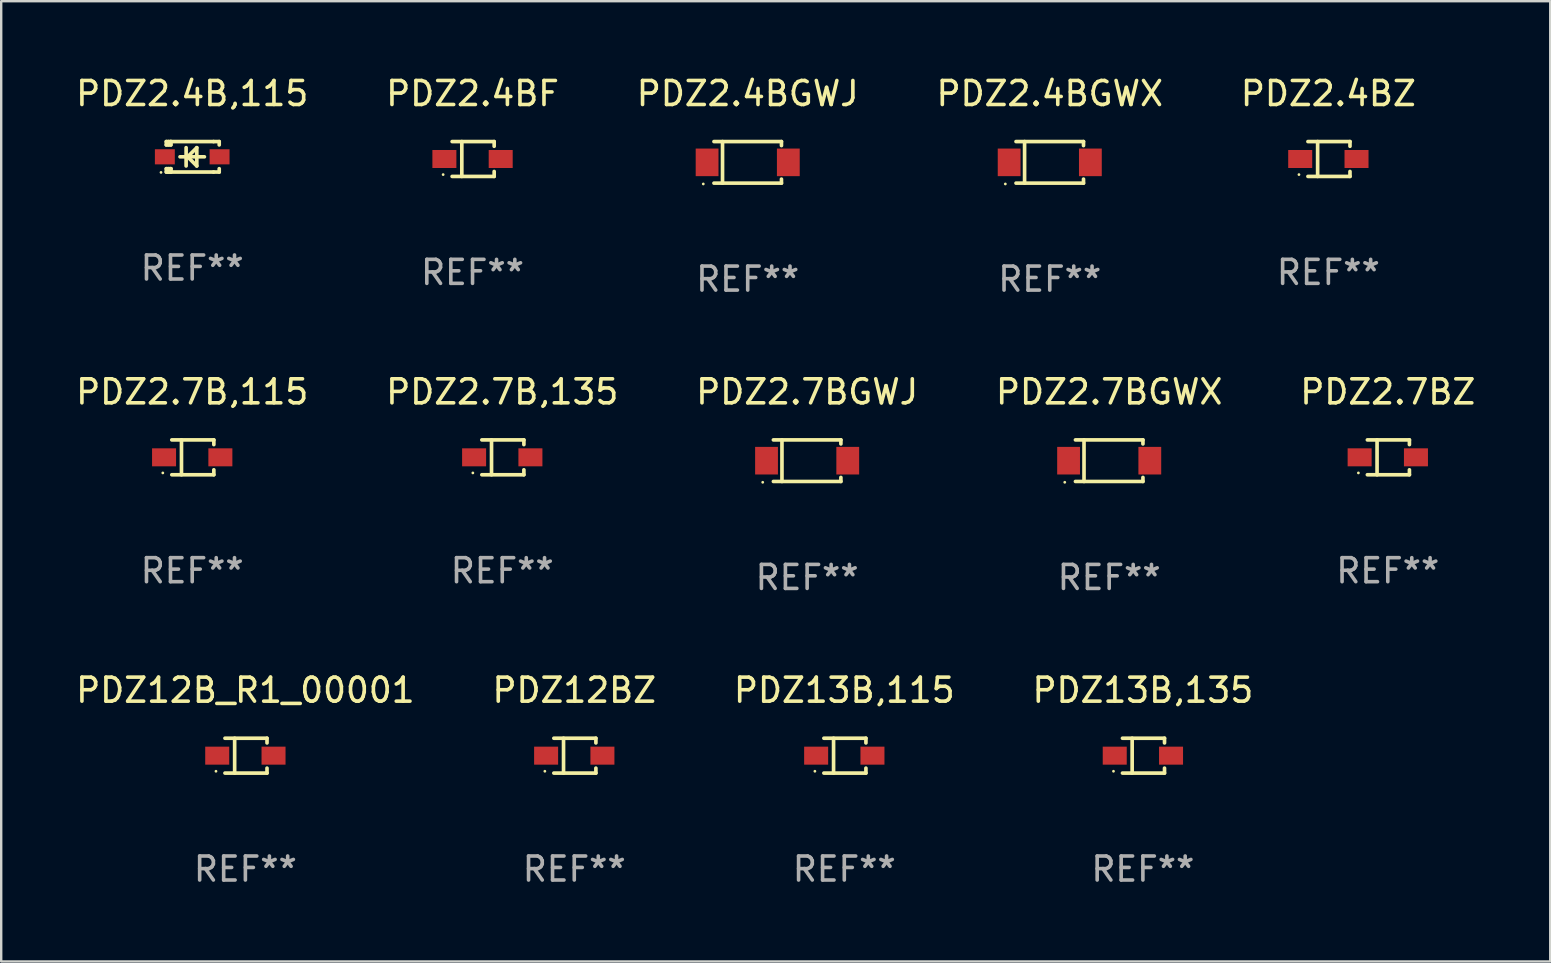
<source format=kicad_pcb>
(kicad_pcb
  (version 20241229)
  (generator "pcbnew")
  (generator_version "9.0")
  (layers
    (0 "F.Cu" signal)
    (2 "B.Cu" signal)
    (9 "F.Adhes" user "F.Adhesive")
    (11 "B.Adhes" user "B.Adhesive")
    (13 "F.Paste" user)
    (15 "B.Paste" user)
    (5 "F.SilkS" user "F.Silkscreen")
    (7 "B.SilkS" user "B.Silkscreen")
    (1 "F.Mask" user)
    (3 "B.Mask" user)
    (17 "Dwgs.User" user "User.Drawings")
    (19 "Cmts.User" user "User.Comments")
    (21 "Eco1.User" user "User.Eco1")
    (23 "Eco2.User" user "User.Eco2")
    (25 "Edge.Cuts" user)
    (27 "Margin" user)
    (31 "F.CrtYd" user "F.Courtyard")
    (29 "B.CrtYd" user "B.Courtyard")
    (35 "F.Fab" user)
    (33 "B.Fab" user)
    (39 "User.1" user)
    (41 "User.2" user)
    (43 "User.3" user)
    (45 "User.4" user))
  (footprint "PDZ2.4BF"
    (layer "F.Cu")
    (at 16.637 3.574)
    (property "Reference" "PDZ2.4BF" (at 0 -2.726 0) (layer "F.SilkS") (effects (font (size 1 1) (thickness 0.15))))
    (attr through_hole)
    (fp_line (start -0.851 -0.726) (end 0.901 -0.726) (stroke (width 0.152) (type solid)) (layer "F.SilkS"))
    (fp_line (start -0.851 0.726) (end 0.901 0.726) (stroke (width 0.152) (type solid)) (layer "F.SilkS"))
    (fp_line (start -0.447 -0.726) (end -0.447 0.726) (stroke (width 0.152) (type solid)) (layer "F.SilkS"))
    (fp_line (start 0.901 -0.726) (end 0.901 -0.53) (stroke (width 0.152) (type solid)) (layer "F.SilkS"))
    (fp_line (start 0.901 0.726) (end 0.901 0.52) (stroke (width 0.152) (type solid)) (layer "F.SilkS"))
    (fp_circle (center -1.225 0.65) (end -1.195 0.65) (stroke (width 0.06) (type solid)) (fill no) (layer "F.SilkS"))
    (fp_text user "REF**" (at 0 4.726 0) (layer "F.Fab") (effects (font (size 1 1) (thickness 0.15))))
    (pad "1" smd rect (at -1.173 0) (size 1 0.75) (layers "F.Cu" "F.Mask" "F.Paste"))
    (pad "2" smd rect (at 1.173 0) (size 1 0.75) (layers "F.Cu" "F.Mask" "F.Paste")))
  (footprint "PDZ2.7B,135"
    (layer "F.Cu")
    (at 17.875 16.003)
    (property "Reference" "PDZ2.7B,135" (at 0 -2.726 0) (layer "F.SilkS") (effects (font (size 1 1) (thickness 0.15))))
    (attr through_hole)
    (fp_line (start -0.851 -0.726) (end 0.901 -0.726) (stroke (width 0.152) (type solid)) (layer "F.SilkS"))
    (fp_line (start -0.851 0.726) (end 0.901 0.726) (stroke (width 0.152) (type solid)) (layer "F.SilkS"))
    (fp_line (start -0.447 -0.726) (end -0.447 0.726) (stroke (width 0.152) (type solid)) (layer "F.SilkS"))
    (fp_line (start 0.901 -0.726) (end 0.901 -0.53) (stroke (width 0.152) (type solid)) (layer "F.SilkS"))
    (fp_line (start 0.901 0.726) (end 0.901 0.52) (stroke (width 0.152) (type solid)) (layer "F.SilkS"))
    (fp_circle (center -1.225 0.65) (end -1.195 0.65) (stroke (width 0.06) (type solid)) (fill no) (layer "F.SilkS"))
    (fp_text user "REF**" (at 0 4.726 0) (layer "F.Fab") (effects (font (size 1 1) (thickness 0.15))))
    (pad "1" smd rect (at -1.173 0) (size 1 0.75) (layers "F.Cu" "F.Mask" "F.Paste"))
    (pad "2" smd rect (at 1.173 0) (size 1 0.75) (layers "F.Cu" "F.Mask" "F.Paste")))
  (footprint "PDZ2.4BGWJ"
    (layer "F.Cu")
    (at 28.101 3.714)
    (property "Reference" "PDZ2.4BGWJ" (at 0 -2.866 0) (layer "F.SilkS") (effects (font (size 1 1) (thickness 0.15))))
    (attr through_hole)
    (fp_line (start -1.406 -0.866) (end 1.406 -0.866) (stroke (width 0.152) (type solid)) (layer "F.SilkS"))
    (fp_line (start -1.406 0.866) (end 1.406 0.866) (stroke (width 0.152) (type solid)) (layer "F.SilkS"))
    (fp_line (start -1.049 -0.866) (end -1.049 0.866) (stroke (width 0.152) (type solid)) (layer "F.SilkS"))
    (fp_line (start 1.406 -0.866) (end 1.406 -0.698) (stroke (width 0.152) (type solid)) (layer "F.SilkS"))
    (fp_line (start 1.406 0.866) (end 1.406 0.698) (stroke (width 0.152) (type solid)) (layer "F.SilkS"))
    (fp_circle (center -1.851 0.9) (end -1.821 0.9) (stroke (width 0.06) (type solid)) (fill no) (layer "F.SilkS"))
    (fp_text user "REF**" (at 0 4.866 0) (layer "F.Fab") (effects (font (size 1 1) (thickness 0.15))))
    (pad "1" smd rect (at -1.692 0) (size 0.95 1.15) (layers "F.Cu" "F.Mask" "F.Paste"))
    (pad "2" smd rect (at 1.692 0) (size 0.95 1.15) (layers "F.Cu" "F.Mask" "F.Paste")))
  (footprint "PDZ2.7BGWX"
    (layer "F.Cu")
    (at 43.161 16.143)
    (property "Reference" "PDZ2.7BGWX" (at 0 -2.866 0) (layer "F.SilkS") (effects (font (size 1 1) (thickness 0.15))))
    (attr through_hole)
    (fp_line (start -1.406 -0.866) (end 1.406 -0.866) (stroke (width 0.152) (type solid)) (layer "F.SilkS"))
    (fp_line (start -1.406 0.866) (end 1.406 0.866) (stroke (width 0.152) (type solid)) (layer "F.SilkS"))
    (fp_line (start -1.049 -0.866) (end -1.049 0.866) (stroke (width 0.152) (type solid)) (layer "F.SilkS"))
    (fp_line (start 1.406 -0.866) (end 1.406 -0.698) (stroke (width 0.152) (type solid)) (layer "F.SilkS"))
    (fp_line (start 1.406 0.866) (end 1.406 0.698) (stroke (width 0.152) (type solid)) (layer "F.SilkS"))
    (fp_circle (center -1.851 0.9) (end -1.821 0.9) (stroke (width 0.06) (type solid)) (fill no) (layer "F.SilkS"))
    (fp_text user "REF**" (at 0 4.866 0) (layer "F.Fab") (effects (font (size 1 1) (thickness 0.15))))
    (pad "1" smd rect (at -1.692 0) (size 0.95 1.15) (layers "F.Cu" "F.Mask" "F.Paste"))
    (pad "2" smd rect (at 1.692 0) (size 0.95 1.15) (layers "F.Cu" "F.Mask" "F.Paste")))
  (footprint "PDZ2.7B,115"
    (layer "F.Cu")
    (at 4.958 16.003)
    (property "Reference" "PDZ2.7B,115" (at 0 -2.726 0) (layer "F.SilkS") (effects (font (size 1 1) (thickness 0.15))))
    (attr through_hole)
    (fp_line (start -0.851 -0.726) (end 0.901 -0.726) (stroke (width 0.152) (type solid)) (layer "F.SilkS"))
    (fp_line (start -0.851 0.726) (end 0.901 0.726) (stroke (width 0.152) (type solid)) (layer "F.SilkS"))
    (fp_line (start -0.447 -0.726) (end -0.447 0.726) (stroke (width 0.152) (type solid)) (layer "F.SilkS"))
    (fp_line (start 0.901 -0.726) (end 0.901 -0.53) (stroke (width 0.152) (type solid)) (layer "F.SilkS"))
    (fp_line (start 0.901 0.726) (end 0.901 0.52) (stroke (width 0.152) (type solid)) (layer "F.SilkS"))
    (fp_circle (center -1.225 0.65) (end -1.195 0.65) (stroke (width 0.06) (type solid)) (fill no) (layer "F.SilkS"))
    (fp_text user "REF**" (at 0 4.726 0) (layer "F.Fab") (effects (font (size 1 1) (thickness 0.15))))
    (pad "1" smd rect (at -1.173 0) (size 1 0.75) (layers "F.Cu" "F.Mask" "F.Paste"))
    (pad "2" smd rect (at 1.173 0) (size 1 0.75) (layers "F.Cu" "F.Mask" "F.Paste")))
  (footprint "PDZ13B,135"
    (layer "F.Cu")
    (at 44.565 28.432)
    (property "Reference" "PDZ13B,135" (at 0 -2.726 0) (layer "F.SilkS") (effects (font (size 1 1) (thickness 0.15))))
    (attr through_hole)
    (fp_line (start -0.851 -0.726) (end 0.901 -0.726) (stroke (width 0.152) (type solid)) (layer "F.SilkS"))
    (fp_line (start -0.851 0.726) (end 0.901 0.726) (stroke (width 0.152) (type solid)) (layer "F.SilkS"))
    (fp_line (start -0.447 -0.726) (end -0.447 0.726) (stroke (width 0.152) (type solid)) (layer "F.SilkS"))
    (fp_line (start 0.901 -0.726) (end 0.901 -0.53) (stroke (width 0.152) (type solid)) (layer "F.SilkS"))
    (fp_line (start 0.901 0.726) (end 0.901 0.52) (stroke (width 0.152) (type solid)) (layer "F.SilkS"))
    (fp_circle (center -1.225 0.65) (end -1.195 0.65) (stroke (width 0.06) (type solid)) (fill no) (layer "F.SilkS"))
    (fp_text user "REF**" (at 0 4.726 0) (layer "F.Fab") (effects (font (size 1 1) (thickness 0.15))))
    (pad "1" smd rect (at -1.173 0) (size 1 0.75) (layers "F.Cu" "F.Mask" "F.Paste"))
    (pad "2" smd rect (at 1.173 0) (size 1 0.75) (layers "F.Cu" "F.Mask" "F.Paste")))
  (footprint "PDZ12B_R1_00001"
    (layer "F.Cu")
    (at 7.173 28.432)
    (property "Reference" "PDZ12B_R1_00001" (at 0 -2.726 0) (layer "F.SilkS") (effects (font (size 1 1) (thickness 0.15))))
    (attr through_hole)
    (fp_line (start -0.851 -0.726) (end 0.901 -0.726) (stroke (width 0.152) (type solid)) (layer "F.SilkS"))
    (fp_line (start -0.851 0.726) (end 0.901 0.726) (stroke (width 0.152) (type solid)) (layer "F.SilkS"))
    (fp_line (start -0.447 -0.726) (end -0.447 0.726) (stroke (width 0.152) (type solid)) (layer "F.SilkS"))
    (fp_line (start 0.901 -0.726) (end 0.901 -0.53) (stroke (width 0.152) (type solid)) (layer "F.SilkS"))
    (fp_line (start 0.901 0.726) (end 0.901 0.52) (stroke (width 0.152) (type solid)) (layer "F.SilkS"))
    (fp_circle (center -1.225 0.65) (end -1.195 0.65) (stroke (width 0.06) (type solid)) (fill no) (layer "F.SilkS"))
    (fp_text user "REF**" (at 0 4.726 0) (layer "F.Fab") (effects (font (size 1 1) (thickness 0.15))))
    (pad "1" smd rect (at -1.173 0) (size 1 0.75) (layers "F.Cu" "F.Mask" "F.Paste"))
    (pad "2" smd rect (at 1.173 0) (size 1 0.75) (layers "F.Cu" "F.Mask" "F.Paste")))
  (footprint "PDZ12BZ"
    (layer "F.Cu")
    (at 20.875 28.432)
    (property "Reference" "PDZ12BZ" (at 0 -2.726 0) (layer "F.SilkS") (effects (font (size 1 1) (thickness 0.15))))
    (attr through_hole)
    (fp_line (start -0.851 -0.726) (end 0.901 -0.726) (stroke (width 0.152) (type solid)) (layer "F.SilkS"))
    (fp_line (start -0.851 0.726) (end 0.901 0.726) (stroke (width 0.152) (type solid)) (layer "F.SilkS"))
    (fp_line (start -0.447 -0.726) (end -0.447 0.726) (stroke (width 0.152) (type solid)) (layer "F.SilkS"))
    (fp_line (start 0.901 -0.726) (end 0.901 -0.53) (stroke (width 0.152) (type solid)) (layer "F.SilkS"))
    (fp_line (start 0.901 0.726) (end 0.901 0.52) (stroke (width 0.152) (type solid)) (layer "F.SilkS"))
    (fp_circle (center -1.225 0.65) (end -1.195 0.65) (stroke (width 0.06) (type solid)) (fill no) (layer "F.SilkS"))
    (fp_text user "REF**" (at 0 4.726 0) (layer "F.Fab") (effects (font (size 1 1) (thickness 0.15))))
    (pad "1" smd rect (at -1.173 0) (size 1 0.75) (layers "F.Cu" "F.Mask" "F.Paste"))
    (pad "2" smd rect (at 1.173 0) (size 1 0.75) (layers "F.Cu" "F.Mask" "F.Paste")))
  (footprint "PDZ13B,115"
    (layer "F.Cu")
    (at 32.125 28.432)
    (property "Reference" "PDZ13B,115" (at 0 -2.726 0) (layer "F.SilkS") (effects (font (size 1 1) (thickness 0.15))))
    (attr through_hole)
    (fp_line (start -0.851 -0.726) (end 0.901 -0.726) (stroke (width 0.152) (type solid)) (layer "F.SilkS"))
    (fp_line (start -0.851 0.726) (end 0.901 0.726) (stroke (width 0.152) (type solid)) (layer "F.SilkS"))
    (fp_line (start -0.447 -0.726) (end -0.447 0.726) (stroke (width 0.152) (type solid)) (layer "F.SilkS"))
    (fp_line (start 0.901 -0.726) (end 0.901 -0.53) (stroke (width 0.152) (type solid)) (layer "F.SilkS"))
    (fp_line (start 0.901 0.726) (end 0.901 0.52) (stroke (width 0.152) (type solid)) (layer "F.SilkS"))
    (fp_circle (center -1.225 0.65) (end -1.195 0.65) (stroke (width 0.06) (type solid)) (fill no) (layer "F.SilkS"))
    (fp_text user "REF**" (at 0 4.726 0) (layer "F.Fab") (effects (font (size 1 1) (thickness 0.15))))
    (pad "1" smd rect (at -1.173 0) (size 1 0.75) (layers "F.Cu" "F.Mask" "F.Paste"))
    (pad "2" smd rect (at 1.173 0) (size 1 0.75) (layers "F.Cu" "F.Mask" "F.Paste")))
  (footprint "PDZ2.7BGWJ"
    (layer "F.Cu")
    (at 30.577 16.143)
    (property "Reference" "PDZ2.7BGWJ" (at 0 -2.866 0) (layer "F.SilkS") (effects (font (size 1 1) (thickness 0.15))))
    (attr through_hole)
    (fp_line (start -1.406 -0.866) (end 1.406 -0.866) (stroke (width 0.152) (type solid)) (layer "F.SilkS"))
    (fp_line (start -1.406 0.866) (end 1.406 0.866) (stroke (width 0.152) (type solid)) (layer "F.SilkS"))
    (fp_line (start -1.049 -0.866) (end -1.049 0.866) (stroke (width 0.152) (type solid)) (layer "F.SilkS"))
    (fp_line (start 1.406 -0.866) (end 1.406 -0.698) (stroke (width 0.152) (type solid)) (layer "F.SilkS"))
    (fp_line (start 1.406 0.866) (end 1.406 0.698) (stroke (width 0.152) (type solid)) (layer "F.SilkS"))
    (fp_circle (center -1.851 0.9) (end -1.821 0.9) (stroke (width 0.06) (type solid)) (fill no) (layer "F.SilkS"))
    (fp_text user "REF**" (at 0 4.866 0) (layer "F.Fab") (effects (font (size 1 1) (thickness 0.15))))
    (pad "1" smd rect (at -1.692 0) (size 0.95 1.15) (layers "F.Cu" "F.Mask" "F.Paste"))
    (pad "2" smd rect (at 1.692 0) (size 0.95 1.15) (layers "F.Cu" "F.Mask" "F.Paste")))
  (footprint "PDZ2.4BZ"
    (layer "F.Cu")
    (at 52.292 3.574)
    (property "Reference" "PDZ2.4BZ" (at 0 -2.726 0) (layer "F.SilkS") (effects (font (size 1 1) (thickness 0.15))))
    (attr through_hole)
    (fp_line (start -0.851 -0.726) (end 0.901 -0.726) (stroke (width 0.152) (type solid)) (layer "F.SilkS"))
    (fp_line (start -0.851 0.726) (end 0.901 0.726) (stroke (width 0.152) (type solid)) (layer "F.SilkS"))
    (fp_line (start -0.447 -0.726) (end -0.447 0.726) (stroke (width 0.152) (type solid)) (layer "F.SilkS"))
    (fp_line (start 0.901 -0.726) (end 0.901 -0.53) (stroke (width 0.152) (type solid)) (layer "F.SilkS"))
    (fp_line (start 0.901 0.726) (end 0.901 0.52) (stroke (width 0.152) (type solid)) (layer "F.SilkS"))
    (fp_circle (center -1.225 0.65) (end -1.195 0.65) (stroke (width 0.06) (type solid)) (fill no) (layer "F.SilkS"))
    (fp_text user "REF**" (at 0 4.726 0) (layer "F.Fab") (effects (font (size 1 1) (thickness 0.15))))
    (pad "1" smd rect (at -1.173 0) (size 1 0.75) (layers "F.Cu" "F.Mask" "F.Paste"))
    (pad "2" smd rect (at 1.173 0) (size 1 0.75) (layers "F.Cu" "F.Mask" "F.Paste")))
  (footprint "PDZ2.4BGWX"
    (layer "F.Cu")
    (at 40.685 3.714)
    (property "Reference" "PDZ2.4BGWX" (at 0 -2.866 0) (layer "F.SilkS") (effects (font (size 1 1) (thickness 0.15))))
    (attr through_hole)
    (fp_line (start -1.406 -0.866) (end 1.406 -0.866) (stroke (width 0.152) (type solid)) (layer "F.SilkS"))
    (fp_line (start -1.406 0.866) (end 1.406 0.866) (stroke (width 0.152) (type solid)) (layer "F.SilkS"))
    (fp_line (start -1.049 -0.866) (end -1.049 0.866) (stroke (width 0.152) (type solid)) (layer "F.SilkS"))
    (fp_line (start 1.406 -0.866) (end 1.406 -0.698) (stroke (width 0.152) (type solid)) (layer "F.SilkS"))
    (fp_line (start 1.406 0.866) (end 1.406 0.698) (stroke (width 0.152) (type solid)) (layer "F.SilkS"))
    (fp_circle (center -1.851 0.9) (end -1.821 0.9) (stroke (width 0.06) (type solid)) (fill no) (layer "F.SilkS"))
    (fp_text user "REF**" (at 0 4.866 0) (layer "F.Fab") (effects (font (size 1 1) (thickness 0.15))))
    (pad "1" smd rect (at -1.692 0) (size 0.95 1.15) (layers "F.Cu" "F.Mask" "F.Paste"))
    (pad "2" smd rect (at 1.692 0) (size 0.95 1.15) (layers "F.Cu" "F.Mask" "F.Paste")))
  (footprint "PDZ2.4B,115"
    (layer "F.Cu")
    (at 4.958 3.483)
    (property "Reference" "PDZ2.4B,115" (at 0 -2.635 0) (layer "F.SilkS") (effects (font (size 1 1) (thickness 0.15))))
    (attr through_hole)
    (fp_line (start -1.08 -0.635) (end -1.08 -0.495) (stroke (width 0.152) (type solid)) (layer "F.SilkS"))
    (fp_line (start -1.08 0.495) (end -1.08 0.635) (stroke (width 0.152) (type solid)) (layer "F.SilkS"))
    (fp_line (start -1.08 0.495) (end -0.889 0.495) (stroke (width 0.152) (type solid)) (layer "F.SilkS"))
    (fp_line (start -1.08 0.635) (end -0.889 0.635) (stroke (width 0.152) (type solid)) (layer "F.SilkS"))
    (fp_line (start -1.003 0.635) (end -0.986 0.635) (stroke (width 0.152) (type solid)) (layer "F.SilkS"))
    (fp_line (start -0.986 -0.495) (end -0.986 -0.635) (stroke (width 0.152) (type solid)) (layer "F.SilkS"))
    (fp_line (start -0.986 0.635) (end -0.986 0.495) (stroke (width 0.152) (type solid)) (layer "F.SilkS"))
    (fp_line (start -0.889 -0.635) (end -1.08 -0.635) (stroke (width 0.152) (type solid)) (layer "F.SilkS"))
    (fp_line (start -0.889 -0.635) (end -0.889 -0.595) (stroke (width 0.152) (type solid)) (layer "F.SilkS"))
    (fp_line (start -0.889 -0.635) (end 0.889 -0.635) (stroke (width 0.152) (type solid)) (layer "F.SilkS"))
    (fp_line (start -0.889 -0.595) (end -0.889 -0.495) (stroke (width 0.152) (type solid)) (layer "F.SilkS"))
    (fp_line (start -0.889 -0.495) (end -1.08 -0.495) (stroke (width 0.152) (type solid)) (layer "F.SilkS"))
    (fp_line (start -0.889 0.495) (end -0.889 0.595) (stroke (width 0.152) (type solid)) (layer "F.SilkS"))
    (fp_line (start -0.889 0.495) (end -0.889 0.495) (stroke (width 0.152) (type solid)) (layer "F.SilkS"))
    (fp_line (start -0.889 0.595) (end -0.889 0.635) (stroke (width 0.152) (type solid)) (layer "F.SilkS"))
    (fp_line (start -0.889 0.635) (end 0.889 0.635) (stroke (width 0.152) (type solid)) (layer "F.SilkS"))
    (fp_line (start -0.254 -0.381) (end -0.254 0.381) (stroke (width 0.152) (type solid)) (layer "F.SilkS"))
    (fp_line (start -0.191 0) (end -0.191 0) (stroke (width 0.152) (type solid)) (layer "F.SilkS"))
    (fp_line (start -0.191 0) (end 0.191 -0.381) (stroke (width 0.152) (type solid)) (layer "F.SilkS"))
    (fp_line (start 0.191 -0.381) (end 0.191 0.381) (stroke (width 0.152) (type solid)) (layer "F.SilkS"))
    (fp_line (start 0.191 0.381) (end -0.191 0) (stroke (width 0.152) (type solid)) (layer "F.SilkS"))
    (fp_line (start 0.508 0) (end -0.508 0) (stroke (width 0.152) (type solid)) (layer "F.SilkS"))
    (fp_line (start 0.889 -0.635) (end 1.125 -0.635) (stroke (width 0.152) (type solid)) (layer "F.SilkS"))
    (fp_line (start 1.125 -0.635) (end 1.125 -0.495) (stroke (width 0.152) (type solid)) (layer "F.SilkS"))
    (fp_line (start 1.125 0.495) (end 1.125 0.635) (stroke (width 0.152) (type solid)) (layer "F.SilkS"))
    (fp_line (start 1.125 0.635) (end 0.889 0.635) (stroke (width 0.152) (type solid)) (layer "F.SilkS"))
    (fp_circle (center -1.3 0.65) (end -1.27 0.65) (stroke (width 0.06) (type solid)) (fill no) (layer "F.SilkS"))
    (fp_text user "REF**" (at 0 4.635 0) (layer "F.Fab") (effects (font (size 1 1) (thickness 0.15))))
    (pad "1" smd rect (at -1.14 0 90) (size 0.63 0.83) (layers "F.Cu" "F.Mask" "F.Paste"))
    (pad "2" smd rect (at 1.14 0 90) (size 0.63 0.83) (layers "F.Cu" "F.Mask" "F.Paste")))
  (footprint "PDZ2.7BZ"
    (layer "F.Cu")
    (at 54.768 16.003)
    (property "Reference" "PDZ2.7BZ" (at 0 -2.726 0) (layer "F.SilkS") (effects (font (size 1 1) (thickness 0.15))))
    (attr through_hole)
    (fp_line (start -0.851 -0.726) (end 0.901 -0.726) (stroke (width 0.152) (type solid)) (layer "F.SilkS"))
    (fp_line (start -0.851 0.726) (end 0.901 0.726) (stroke (width 0.152) (type solid)) (layer "F.SilkS"))
    (fp_line (start -0.447 -0.726) (end -0.447 0.726) (stroke (width 0.152) (type solid)) (layer "F.SilkS"))
    (fp_line (start 0.901 -0.726) (end 0.901 -0.53) (stroke (width 0.152) (type solid)) (layer "F.SilkS"))
    (fp_line (start 0.901 0.726) (end 0.901 0.52) (stroke (width 0.152) (type solid)) (layer "F.SilkS"))
    (fp_circle (center -1.225 0.65) (end -1.195 0.65) (stroke (width 0.06) (type solid)) (fill no) (layer "F.SilkS"))
    (fp_text user "REF**" (at 0 4.726 0) (layer "F.Fab") (effects (font (size 1 1) (thickness 0.15))))
    (pad "1" smd rect (at -1.173 0) (size 1 0.75) (layers "F.Cu" "F.Mask" "F.Paste"))
    (pad "2" smd rect (at 1.173 0) (size 1 0.75) (layers "F.Cu" "F.Mask" "F.Paste")))
  (gr_rect
    (start -3 -3)
    (end 61.536 37.007)
    (stroke (width 0.1) (type default))
    (fill no)
    (layer "Edge.Cuts")))
</source>
